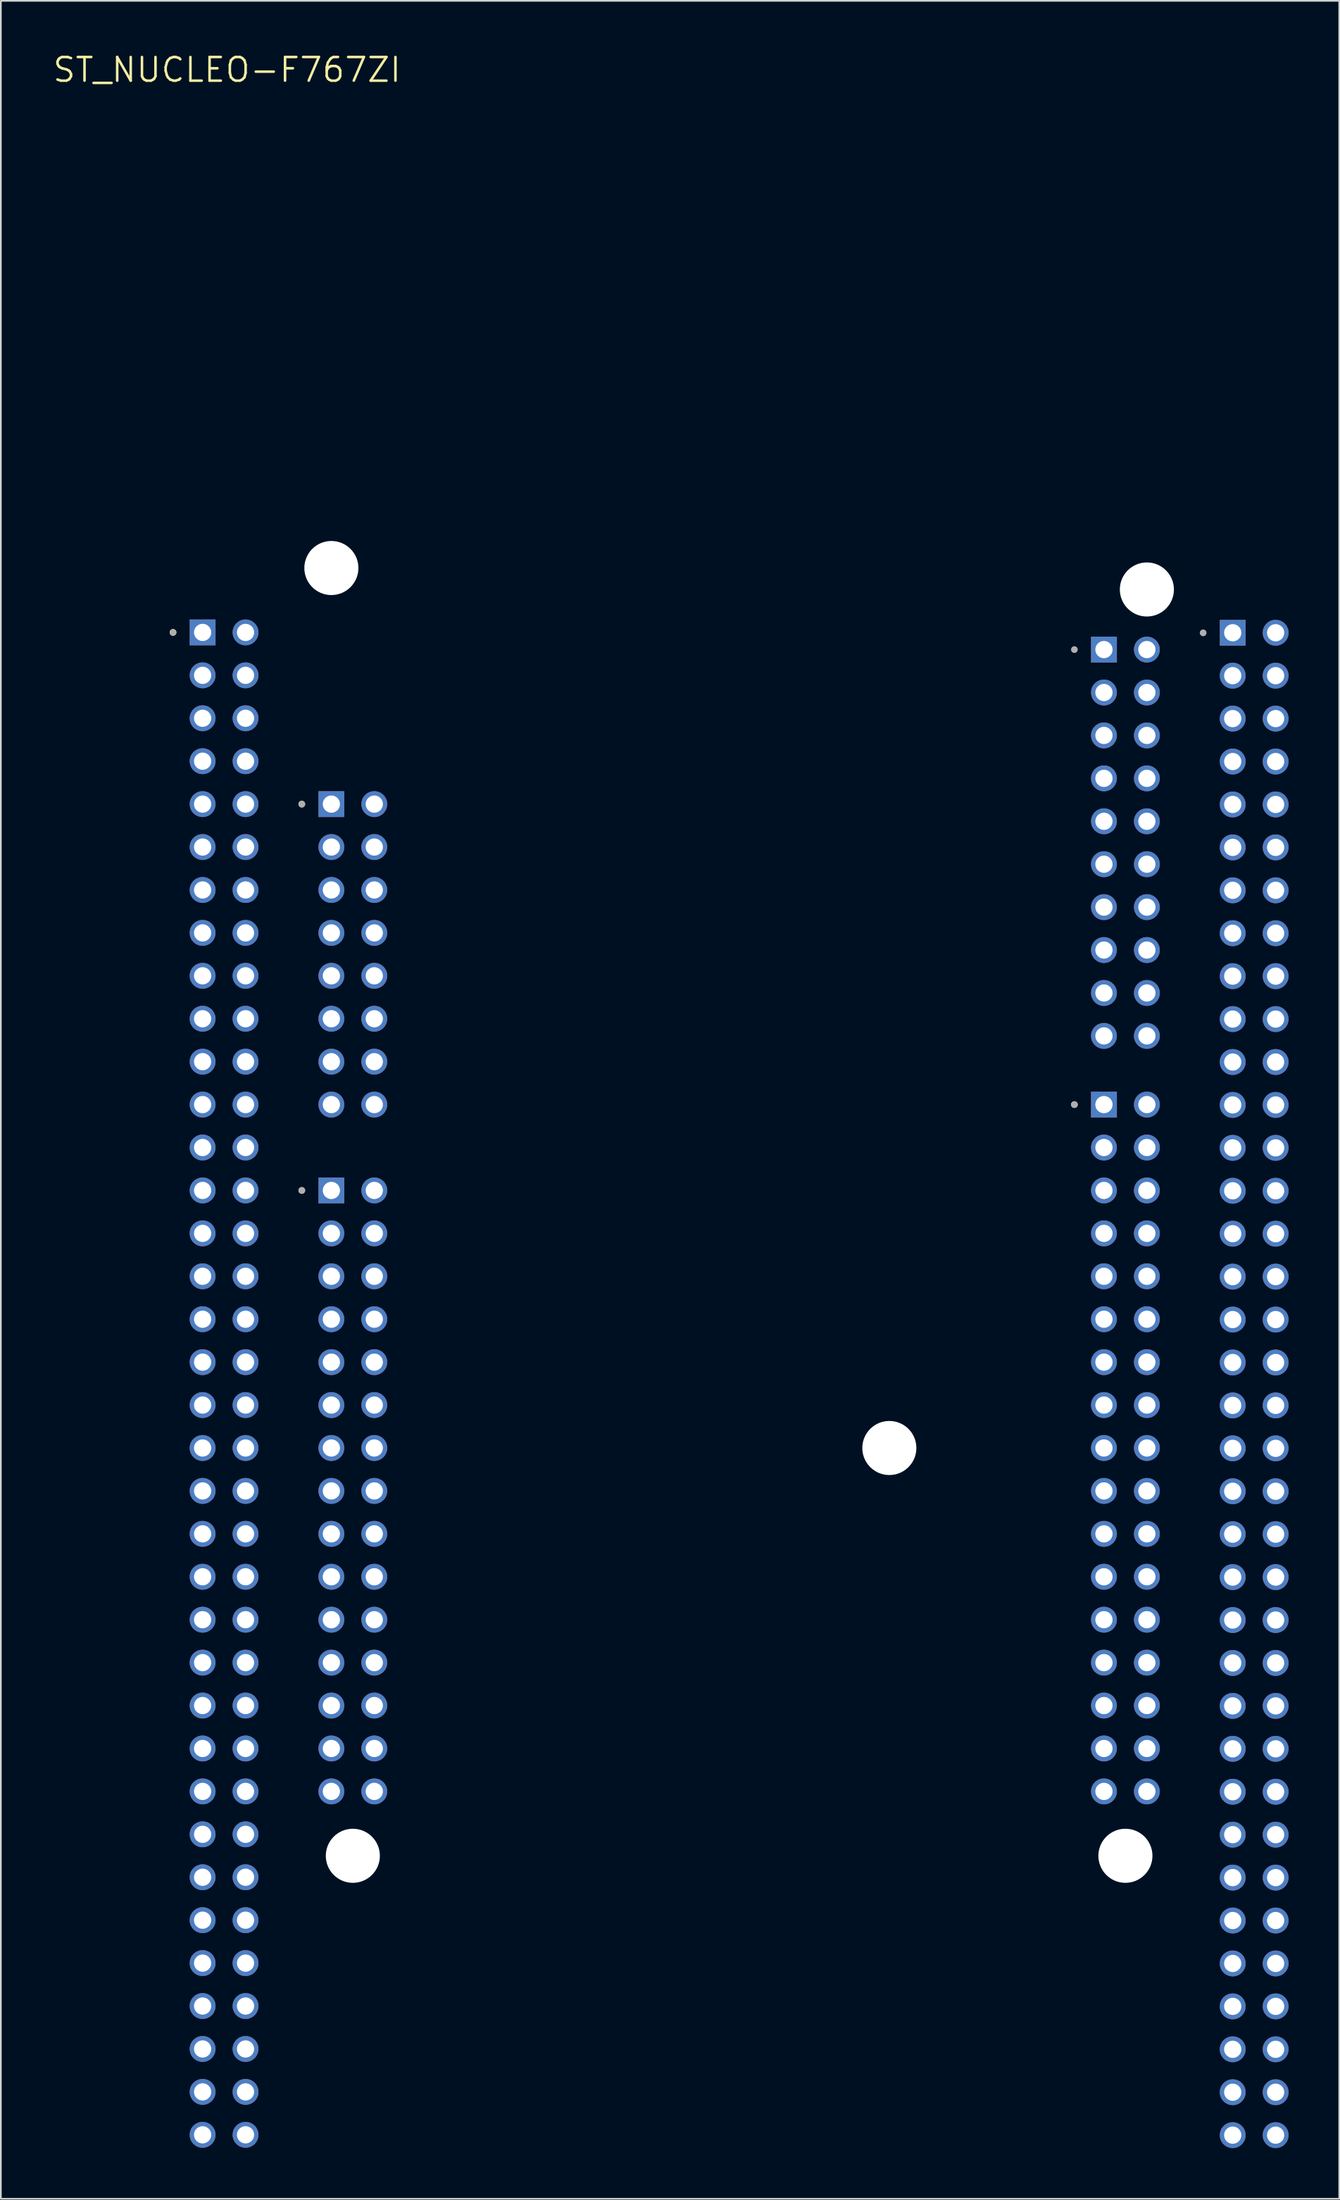
<source format=kicad_pcb>
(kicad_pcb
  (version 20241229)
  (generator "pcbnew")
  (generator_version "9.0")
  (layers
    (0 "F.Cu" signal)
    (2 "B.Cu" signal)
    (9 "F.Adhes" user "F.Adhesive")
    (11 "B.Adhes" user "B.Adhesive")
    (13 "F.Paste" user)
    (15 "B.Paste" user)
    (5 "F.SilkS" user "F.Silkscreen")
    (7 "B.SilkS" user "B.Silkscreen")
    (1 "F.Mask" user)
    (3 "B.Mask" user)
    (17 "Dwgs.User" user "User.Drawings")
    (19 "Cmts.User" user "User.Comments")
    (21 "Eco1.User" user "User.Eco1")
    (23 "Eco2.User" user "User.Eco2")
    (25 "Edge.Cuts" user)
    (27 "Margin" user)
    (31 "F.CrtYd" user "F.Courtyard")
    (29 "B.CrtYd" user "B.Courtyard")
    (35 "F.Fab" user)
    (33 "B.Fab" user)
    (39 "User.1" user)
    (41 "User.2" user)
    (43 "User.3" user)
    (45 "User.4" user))
  (footprint "ST_NUCLEO-F767ZI"
    (layer "F.Cu")
    (at 40.69 69.301)
    (property "Reference" "ST_NUCLEO-F767ZI" (at -30.305 -68.219 0) (layer "F.SilkS") (effects (font (size 1.4 1.4) (thickness 0.15))))
    (attr through_hole)
    (fp_circle (center -33.5 -34.93) (end -33.4 -34.93) (stroke (width 0.2) (type solid)) (fill no) (layer "F.SilkS"))
    (fp_circle (center -25.88 -24.77) (end -25.78 -24.77) (stroke (width 0.2) (type solid)) (fill no) (layer "F.SilkS"))
    (fp_circle (center -25.88 -1.91) (end -25.78 -1.91) (stroke (width 0.2) (type solid)) (fill no) (layer "F.SilkS"))
    (fp_circle (center 19.84 -6.99) (end 19.94 -6.99) (stroke (width 0.2) (type solid)) (fill no) (layer "F.SilkS"))
    (fp_circle (center -33.5 -34.93) (end -33.4 -34.93) (stroke (width 0.2) (type solid)) (fill no) (layer "F.Fab"))
    (fp_circle (center -25.88 -24.77) (end -25.78 -24.77) (stroke (width 0.2) (type solid)) (fill no) (layer "F.Fab"))
    (fp_circle (center -25.88 -1.91) (end -25.78 -1.91) (stroke (width 0.2) (type solid)) (fill no) (layer "F.Fab"))
    (fp_circle (center 19.84 -33.914) (end 19.94 -33.914) (stroke (width 0.2) (type solid)) (fill no) (layer "F.Fab"))
    (fp_circle (center 19.84 -6.99) (end 19.94 -6.99) (stroke (width 0.2) (type solid)) (fill no) (layer "F.Fab"))
    (fp_circle (center 27.46 -34.905) (end 27.56 -34.905) (stroke (width 0.2) (type solid)) (fill no) (layer "F.Fab"))
    (fp_circle (center 19.84 -33.914) (end 19.94 -33.914) (stroke (width 0.2) (type solid)) (fill no) (layer "User.9"))
    (fp_circle (center 27.46 -34.905) (end 27.56 -34.905) (stroke (width 0.2) (type solid)) (fill no) (layer "User.9"))
    (pad "" np_thru_hole circle (at -24.13 -38.74) (size 3.2 3.2) (drill 3.2) (layers "*.Cu" "*.Mask"))
    (pad "" np_thru_hole circle (at -22.86 37.46) (size 3.2 3.2) (drill 3.2) (layers "*.Cu" "*.Mask"))
    (pad "" np_thru_hole circle (at 8.89 13.33) (size 3.2 3.2) (drill 3.2) (layers "*.Cu" "*.Mask"))
    (pad "" np_thru_hole circle (at 22.86 37.46) (size 3.2 3.2) (drill 3.2) (layers "*.Cu" "*.Mask"))
    (pad "" np_thru_hole circle (at 24.13 -37.47) (size 3.2 3.2) (drill 3.2) (layers "*.Cu" "*.Mask"))
    (pad "CN7_1" thru_hole rect (at 21.59 -33.914) (size 1.53 1.53) (drill 1.02) (layers "*.Cu" "*.Mask"))
    (pad "CN7_2" thru_hole circle (at 24.13 -33.914) (size 1.53 1.53) (drill 1.02) (layers "*.Cu" "*.Mask"))
    (pad "CN7_3" thru_hole circle (at 21.59 -31.374) (size 1.53 1.53) (drill 1.02) (layers "*.Cu" "*.Mask"))
    (pad "CN7_4" thru_hole circle (at 24.13 -31.374) (size 1.53 1.53) (drill 1.02) (layers "*.Cu" "*.Mask"))
    (pad "CN7_5" thru_hole circle (at 21.59 -28.834) (size 1.53 1.53) (drill 1.02) (layers "*.Cu" "*.Mask"))
    (pad "CN7_6" thru_hole circle (at 24.13 -28.834) (size 1.53 1.53) (drill 1.02) (layers "*.Cu" "*.Mask"))
    (pad "CN7_7" thru_hole circle (at 21.59 -26.294) (size 1.53 1.53) (drill 1.02) (layers "*.Cu" "*.Mask"))
    (pad "CN7_8" thru_hole circle (at 24.13 -26.294) (size 1.53 1.53) (drill 1.02) (layers "*.Cu" "*.Mask"))
    (pad "CN7_9" thru_hole circle (at 21.59 -23.754) (size 1.53 1.53) (drill 1.02) (layers "*.Cu" "*.Mask"))
    (pad "CN7_10" thru_hole circle (at 24.13 -23.754) (size 1.53 1.53) (drill 1.02) (layers "*.Cu" "*.Mask"))
    (pad "CN7_11" thru_hole circle (at 21.59 -21.214) (size 1.53 1.53) (drill 1.02) (layers "*.Cu" "*.Mask"))
    (pad "CN7_12" thru_hole circle (at 24.13 -21.214) (size 1.53 1.53) (drill 1.02) (layers "*.Cu" "*.Mask"))
    (pad "CN7_13" thru_hole circle (at 21.59 -18.674) (size 1.53 1.53) (drill 1.02) (layers "*.Cu" "*.Mask"))
    (pad "CN7_14" thru_hole circle (at 24.13 -18.674) (size 1.53 1.53) (drill 1.02) (layers "*.Cu" "*.Mask"))
    (pad "CN7_15" thru_hole circle (at 21.59 -16.134) (size 1.53 1.53) (drill 1.02) (layers "*.Cu" "*.Mask"))
    (pad "CN7_16" thru_hole circle (at 24.13 -16.134) (size 1.53 1.53) (drill 1.02) (layers "*.Cu" "*.Mask"))
    (pad "CN7_17" thru_hole circle (at 21.59 -13.594) (size 1.53 1.53) (drill 1.02) (layers "*.Cu" "*.Mask"))
    (pad "CN7_18" thru_hole circle (at 24.13 -13.594) (size 1.53 1.53) (drill 1.02) (layers "*.Cu" "*.Mask"))
    (pad "CN7_19" thru_hole circle (at 21.59 -11.054) (size 1.53 1.53) (drill 1.02) (layers "*.Cu" "*.Mask"))
    (pad "CN7_20" thru_hole circle (at 24.13 -11.054) (size 1.53 1.53) (drill 1.02) (layers "*.Cu" "*.Mask"))
    (pad "CN8_1" thru_hole rect (at -24.13 -24.77) (size 1.53 1.53) (drill 1.02) (layers "*.Cu" "*.Mask"))
    (pad "CN8_2" thru_hole circle (at -21.59 -24.77) (size 1.53 1.53) (drill 1.02) (layers "*.Cu" "*.Mask"))
    (pad "CN8_3" thru_hole circle (at -24.13 -22.23) (size 1.53 1.53) (drill 1.02) (layers "*.Cu" "*.Mask"))
    (pad "CN8_4" thru_hole circle (at -21.59 -22.23) (size 1.53 1.53) (drill 1.02) (layers "*.Cu" "*.Mask"))
    (pad "CN8_5" thru_hole circle (at -24.13 -19.69) (size 1.53 1.53) (drill 1.02) (layers "*.Cu" "*.Mask"))
    (pad "CN8_6" thru_hole circle (at -21.59 -19.69) (size 1.53 1.53) (drill 1.02) (layers "*.Cu" "*.Mask"))
    (pad "CN8_7" thru_hole circle (at -24.13 -17.15) (size 1.53 1.53) (drill 1.02) (layers "*.Cu" "*.Mask"))
    (pad "CN8_8" thru_hole circle (at -21.59 -17.15) (size 1.53 1.53) (drill 1.02) (layers "*.Cu" "*.Mask"))
    (pad "CN8_9" thru_hole circle (at -24.13 -14.61) (size 1.53 1.53) (drill 1.02) (layers "*.Cu" "*.Mask"))
    (pad "CN8_10" thru_hole circle (at -21.59 -14.61) (size 1.53 1.53) (drill 1.02) (layers "*.Cu" "*.Mask"))
    (pad "CN8_11" thru_hole circle (at -24.13 -12.07) (size 1.53 1.53) (drill 1.02) (layers "*.Cu" "*.Mask"))
    (pad "CN8_12" thru_hole circle (at -21.59 -12.07) (size 1.53 1.53) (drill 1.02) (layers "*.Cu" "*.Mask"))
    (pad "CN8_13" thru_hole circle (at -24.13 -9.53) (size 1.53 1.53) (drill 1.02) (layers "*.Cu" "*.Mask"))
    (pad "CN8_14" thru_hole circle (at -21.59 -9.53) (size 1.53 1.53) (drill 1.02) (layers "*.Cu" "*.Mask"))
    (pad "CN8_15" thru_hole circle (at -24.13 -6.99) (size 1.53 1.53) (drill 1.02) (layers "*.Cu" "*.Mask"))
    (pad "CN8_16" thru_hole circle (at -21.59 -6.99) (size 1.53 1.53) (drill 1.02) (layers "*.Cu" "*.Mask"))
    (pad "CN9_1" thru_hole rect (at -24.13 -1.91) (size 1.53 1.53) (drill 1.02) (layers "*.Cu" "*.Mask"))
    (pad "CN9_2" thru_hole circle (at -21.59 -1.91) (size 1.53 1.53) (drill 1.02) (layers "*.Cu" "*.Mask"))
    (pad "CN9_3" thru_hole circle (at -24.13 0.63) (size 1.53 1.53) (drill 1.02) (layers "*.Cu" "*.Mask"))
    (pad "CN9_4" thru_hole circle (at -21.59 0.63) (size 1.53 1.53) (drill 1.02) (layers "*.Cu" "*.Mask"))
    (pad "CN9_5" thru_hole circle (at -24.13 3.17) (size 1.53 1.53) (drill 1.02) (layers "*.Cu" "*.Mask"))
    (pad "CN9_6" thru_hole circle (at -21.59 3.17) (size 1.53 1.53) (drill 1.02) (layers "*.Cu" "*.Mask"))
    (pad "CN9_7" thru_hole circle (at -24.13 5.71) (size 1.53 1.53) (drill 1.02) (layers "*.Cu" "*.Mask"))
    (pad "CN9_8" thru_hole circle (at -21.59 5.71) (size 1.53 1.53) (drill 1.02) (layers "*.Cu" "*.Mask"))
    (pad "CN9_9" thru_hole circle (at -24.13 8.25) (size 1.53 1.53) (drill 1.02) (layers "*.Cu" "*.Mask"))
    (pad "CN9_10" thru_hole circle (at -21.59 8.25) (size 1.53 1.53) (drill 1.02) (layers "*.Cu" "*.Mask"))
    (pad "CN9_11" thru_hole circle (at -24.13 10.79) (size 1.53 1.53) (drill 1.02) (layers "*.Cu" "*.Mask"))
    (pad "CN9_12" thru_hole circle (at -21.59 10.79) (size 1.53 1.53) (drill 1.02) (layers "*.Cu" "*.Mask"))
    (pad "CN9_13" thru_hole circle (at -24.13 13.33) (size 1.53 1.53) (drill 1.02) (layers "*.Cu" "*.Mask"))
    (pad "CN9_14" thru_hole circle (at -21.59 13.33) (size 1.53 1.53) (drill 1.02) (layers "*.Cu" "*.Mask"))
    (pad "CN9_15" thru_hole circle (at -24.13 15.87) (size 1.53 1.53) (drill 1.02) (layers "*.Cu" "*.Mask"))
    (pad "CN9_16" thru_hole circle (at -21.59 15.87) (size 1.53 1.53) (drill 1.02) (layers "*.Cu" "*.Mask"))
    (pad "CN9_17" thru_hole circle (at -24.13 18.41) (size 1.53 1.53) (drill 1.02) (layers "*.Cu" "*.Mask"))
    (pad "CN9_18" thru_hole circle (at -21.59 18.41) (size 1.53 1.53) (drill 1.02) (layers "*.Cu" "*.Mask"))
    (pad "CN9_19" thru_hole circle (at -24.13 20.95) (size 1.53 1.53) (drill 1.02) (layers "*.Cu" "*.Mask"))
    (pad "CN9_20" thru_hole circle (at -21.59 20.95) (size 1.53 1.53) (drill 1.02) (layers "*.Cu" "*.Mask"))
    (pad "CN9_21" thru_hole circle (at -24.13 23.49) (size 1.53 1.53) (drill 1.02) (layers "*.Cu" "*.Mask"))
    (pad "CN9_22" thru_hole circle (at -21.59 23.49) (size 1.53 1.53) (drill 1.02) (layers "*.Cu" "*.Mask"))
    (pad "CN9_23" thru_hole circle (at -24.13 26.03) (size 1.53 1.53) (drill 1.02) (layers "*.Cu" "*.Mask"))
    (pad "CN9_24" thru_hole circle (at -21.59 26.03) (size 1.53 1.53) (drill 1.02) (layers "*.Cu" "*.Mask"))
    (pad "CN9_25" thru_hole circle (at -24.13 28.57) (size 1.53 1.53) (drill 1.02) (layers "*.Cu" "*.Mask"))
    (pad "CN9_26" thru_hole circle (at -21.59 28.57) (size 1.53 1.53) (drill 1.02) (layers "*.Cu" "*.Mask"))
    (pad "CN9_27" thru_hole circle (at -24.13 31.11) (size 1.53 1.53) (drill 1.02) (layers "*.Cu" "*.Mask"))
    (pad "CN9_28" thru_hole circle (at -21.59 31.11) (size 1.53 1.53) (drill 1.02) (layers "*.Cu" "*.Mask"))
    (pad "CN9_29" thru_hole circle (at -24.13 33.65) (size 1.53 1.53) (drill 1.02) (layers "*.Cu" "*.Mask"))
    (pad "CN9_30" thru_hole circle (at -21.59 33.65) (size 1.53 1.53) (drill 1.02) (layers "*.Cu" "*.Mask"))
    (pad "CN10_1" thru_hole rect (at 21.59 -6.99) (size 1.53 1.53) (drill 1.02) (layers "*.Cu" "*.Mask"))
    (pad "CN10_2" thru_hole circle (at 24.13 -6.99) (size 1.53 1.53) (drill 1.02) (layers "*.Cu" "*.Mask"))
    (pad "CN10_3" thru_hole circle (at 21.59 -4.45) (size 1.53 1.53) (drill 1.02) (layers "*.Cu" "*.Mask"))
    (pad "CN10_4" thru_hole circle (at 24.13 -4.45) (size 1.53 1.53) (drill 1.02) (layers "*.Cu" "*.Mask"))
    (pad "CN10_5" thru_hole circle (at 21.59 -1.91) (size 1.53 1.53) (drill 1.02) (layers "*.Cu" "*.Mask"))
    (pad "CN10_6" thru_hole circle (at 24.13 -1.91) (size 1.53 1.53) (drill 1.02) (layers "*.Cu" "*.Mask"))
    (pad "CN10_7" thru_hole circle (at 21.59 0.63) (size 1.53 1.53) (drill 1.02) (layers "*.Cu" "*.Mask"))
    (pad "CN10_8" thru_hole circle (at 24.13 0.63) (size 1.53 1.53) (drill 1.02) (layers "*.Cu" "*.Mask"))
    (pad "CN10_9" thru_hole circle (at 21.59 3.17) (size 1.53 1.53) (drill 1.02) (layers "*.Cu" "*.Mask"))
    (pad "CN10_10" thru_hole circle (at 24.13 3.17) (size 1.53 1.53) (drill 1.02) (layers "*.Cu" "*.Mask"))
    (pad "CN10_11" thru_hole circle (at 21.59 5.71) (size 1.53 1.53) (drill 1.02) (layers "*.Cu" "*.Mask"))
    (pad "CN10_12" thru_hole circle (at 24.13 5.71) (size 1.53 1.53) (drill 1.02) (layers "*.Cu" "*.Mask"))
    (pad "CN10_13" thru_hole circle (at 21.59 8.25) (size 1.53 1.53) (drill 1.02) (layers "*.Cu" "*.Mask"))
    (pad "CN10_14" thru_hole circle (at 24.13 8.25) (size 1.53 1.53) (drill 1.02) (layers "*.Cu" "*.Mask"))
    (pad "CN10_15" thru_hole circle (at 21.59 10.79) (size 1.53 1.53) (drill 1.02) (layers "*.Cu" "*.Mask"))
    (pad "CN10_16" thru_hole circle (at 24.13 10.79) (size 1.53 1.53) (drill 1.02) (layers "*.Cu" "*.Mask"))
    (pad "CN10_17" thru_hole circle (at 21.59 13.33) (size 1.53 1.53) (drill 1.02) (layers "*.Cu" "*.Mask"))
    (pad "CN10_18" thru_hole circle (at 24.13 13.33) (size 1.53 1.53) (drill 1.02) (layers "*.Cu" "*.Mask"))
    (pad "CN10_19" thru_hole circle (at 21.59 15.87) (size 1.53 1.53) (drill 1.02) (layers "*.Cu" "*.Mask"))
    (pad "CN10_20" thru_hole circle (at 24.13 15.87) (size 1.53 1.53) (drill 1.02) (layers "*.Cu" "*.Mask"))
    (pad "CN10_21" thru_hole circle (at 21.59 18.41) (size 1.53 1.53) (drill 1.02) (layers "*.Cu" "*.Mask"))
    (pad "CN10_22" thru_hole circle (at 24.13 18.41) (size 1.53 1.53) (drill 1.02) (layers "*.Cu" "*.Mask"))
    (pad "CN10_23" thru_hole circle (at 21.59 20.95) (size 1.53 1.53) (drill 1.02) (layers "*.Cu" "*.Mask"))
    (pad "CN10_24" thru_hole circle (at 24.13 20.95) (size 1.53 1.53) (drill 1.02) (layers "*.Cu" "*.Mask"))
    (pad "CN10_25" thru_hole circle (at 21.59 23.49) (size 1.53 1.53) (drill 1.02) (layers "*.Cu" "*.Mask"))
    (pad "CN10_26" thru_hole circle (at 24.13 23.49) (size 1.53 1.53) (drill 1.02) (layers "*.Cu" "*.Mask"))
    (pad "CN10_27" thru_hole circle (at 21.59 26.03) (size 1.53 1.53) (drill 1.02) (layers "*.Cu" "*.Mask"))
    (pad "CN10_28" thru_hole circle (at 24.13 26.03) (size 1.53 1.53) (drill 1.02) (layers "*.Cu" "*.Mask"))
    (pad "CN10_29" thru_hole circle (at 21.59 28.57) (size 1.53 1.53) (drill 1.02) (layers "*.Cu" "*.Mask"))
    (pad "CN10_30" thru_hole circle (at 24.13 28.57) (size 1.53 1.53) (drill 1.02) (layers "*.Cu" "*.Mask"))
    (pad "CN10_31" thru_hole circle (at 21.59 31.11) (size 1.53 1.53) (drill 1.02) (layers "*.Cu" "*.Mask"))
    (pad "CN10_32" thru_hole circle (at 24.13 31.11) (size 1.53 1.53) (drill 1.02) (layers "*.Cu" "*.Mask"))
    (pad "CN10_33" thru_hole circle (at 21.59 33.65) (size 1.53 1.53) (drill 1.02) (layers "*.Cu" "*.Mask"))
    (pad "CN10_34" thru_hole circle (at 24.13 33.65) (size 1.53 1.53) (drill 1.02) (layers "*.Cu" "*.Mask"))
    (pad "CN11_1" thru_hole rect (at -31.75 -34.93) (size 1.53 1.53) (drill 1.02) (layers "*.Cu" "*.Mask"))
    (pad "CN11_2" thru_hole circle (at -29.21 -34.93) (size 1.53 1.53) (drill 1.02) (layers "*.Cu" "*.Mask"))
    (pad "CN11_3" thru_hole circle (at -31.75 -32.39) (size 1.53 1.53) (drill 1.02) (layers "*.Cu" "*.Mask"))
    (pad "CN11_4" thru_hole circle (at -29.21 -32.39) (size 1.53 1.53) (drill 1.02) (layers "*.Cu" "*.Mask"))
    (pad "CN11_5" thru_hole circle (at -31.75 -29.85) (size 1.53 1.53) (drill 1.02) (layers "*.Cu" "*.Mask"))
    (pad "CN11_6" thru_hole circle (at -29.21 -29.85) (size 1.53 1.53) (drill 1.02) (layers "*.Cu" "*.Mask"))
    (pad "CN11_7" thru_hole circle (at -31.75 -27.31) (size 1.53 1.53) (drill 1.02) (layers "*.Cu" "*.Mask"))
    (pad "CN11_8" thru_hole circle (at -29.21 -27.31) (size 1.53 1.53) (drill 1.02) (layers "*.Cu" "*.Mask"))
    (pad "CN11_9" thru_hole circle (at -31.75 -24.77) (size 1.53 1.53) (drill 1.02) (layers "*.Cu" "*.Mask"))
    (pad "CN11_10" thru_hole circle (at -29.21 -24.77) (size 1.53 1.53) (drill 1.02) (layers "*.Cu" "*.Mask"))
    (pad "CN11_11" thru_hole circle (at -31.75 -22.23) (size 1.53 1.53) (drill 1.02) (layers "*.Cu" "*.Mask"))
    (pad "CN11_12" thru_hole circle (at -29.21 -22.23) (size 1.53 1.53) (drill 1.02) (layers "*.Cu" "*.Mask"))
    (pad "CN11_13" thru_hole circle (at -31.75 -19.69) (size 1.53 1.53) (drill 1.02) (layers "*.Cu" "*.Mask"))
    (pad "CN11_14" thru_hole circle (at -29.21 -19.69) (size 1.53 1.53) (drill 1.02) (layers "*.Cu" "*.Mask"))
    (pad "CN11_15" thru_hole circle (at -31.75 -17.15) (size 1.53 1.53) (drill 1.02) (layers "*.Cu" "*.Mask"))
    (pad "CN11_16" thru_hole circle (at -29.21 -17.15) (size 1.53 1.53) (drill 1.02) (layers "*.Cu" "*.Mask"))
    (pad "CN11_17" thru_hole circle (at -31.75 -14.61) (size 1.53 1.53) (drill 1.02) (layers "*.Cu" "*.Mask"))
    (pad "CN11_18" thru_hole circle (at -29.21 -14.61) (size 1.53 1.53) (drill 1.02) (layers "*.Cu" "*.Mask"))
    (pad "CN11_19" thru_hole circle (at -31.75 -12.07) (size 1.53 1.53) (drill 1.02) (layers "*.Cu" "*.Mask"))
    (pad "CN11_20" thru_hole circle (at -29.21 -12.07) (size 1.53 1.53) (drill 1.02) (layers "*.Cu" "*.Mask"))
    (pad "CN11_21" thru_hole circle (at -31.75 -9.53) (size 1.53 1.53) (drill 1.02) (layers "*.Cu" "*.Mask"))
    (pad "CN11_22" thru_hole circle (at -29.21 -9.53) (size 1.53 1.53) (drill 1.02) (layers "*.Cu" "*.Mask"))
    (pad "CN11_23" thru_hole circle (at -31.75 -6.99) (size 1.53 1.53) (drill 1.02) (layers "*.Cu" "*.Mask"))
    (pad "CN11_24" thru_hole circle (at -29.21 -6.99) (size 1.53 1.53) (drill 1.02) (layers "*.Cu" "*.Mask"))
    (pad "CN11_25" thru_hole circle (at -31.75 -4.45) (size 1.53 1.53) (drill 1.02) (layers "*.Cu" "*.Mask"))
    (pad "CN11_26" thru_hole circle (at -29.21 -4.45) (size 1.53 1.53) (drill 1.02) (layers "*.Cu" "*.Mask"))
    (pad "CN11_27" thru_hole circle (at -31.75 -1.91) (size 1.53 1.53) (drill 1.02) (layers "*.Cu" "*.Mask"))
    (pad "CN11_28" thru_hole circle (at -29.21 -1.91) (size 1.53 1.53) (drill 1.02) (layers "*.Cu" "*.Mask"))
    (pad "CN11_29" thru_hole circle (at -31.75 0.63) (size 1.53 1.53) (drill 1.02) (layers "*.Cu" "*.Mask"))
    (pad "CN11_30" thru_hole circle (at -29.21 0.63) (size 1.53 1.53) (drill 1.02) (layers "*.Cu" "*.Mask"))
    (pad "CN11_31" thru_hole circle (at -31.75 3.17) (size 1.53 1.53) (drill 1.02) (layers "*.Cu" "*.Mask"))
    (pad "CN11_32" thru_hole circle (at -29.21 3.17) (size 1.53 1.53) (drill 1.02) (layers "*.Cu" "*.Mask"))
    (pad "CN11_33" thru_hole circle (at -31.75 5.71) (size 1.53 1.53) (drill 1.02) (layers "*.Cu" "*.Mask"))
    (pad "CN11_34" thru_hole circle (at -29.21 5.71) (size 1.53 1.53) (drill 1.02) (layers "*.Cu" "*.Mask"))
    (pad "CN11_35" thru_hole circle (at -31.75 8.25) (size 1.53 1.53) (drill 1.02) (layers "*.Cu" "*.Mask"))
    (pad "CN11_36" thru_hole circle (at -29.21 8.25) (size 1.53 1.53) (drill 1.02) (layers "*.Cu" "*.Mask"))
    (pad "CN11_37" thru_hole circle (at -31.75 10.79) (size 1.53 1.53) (drill 1.02) (layers "*.Cu" "*.Mask"))
    (pad "CN11_38" thru_hole circle (at -29.21 10.79) (size 1.53 1.53) (drill 1.02) (layers "*.Cu" "*.Mask"))
    (pad "CN11_39" thru_hole circle (at -31.75 13.33) (size 1.53 1.53) (drill 1.02) (layers "*.Cu" "*.Mask"))
    (pad "CN11_40" thru_hole circle (at -29.21 13.33) (size 1.53 1.53) (drill 1.02) (layers "*.Cu" "*.Mask"))
    (pad "CN11_41" thru_hole circle (at -31.75 15.87) (size 1.53 1.53) (drill 1.02) (layers "*.Cu" "*.Mask"))
    (pad "CN11_42" thru_hole circle (at -29.21 15.87) (size 1.53 1.53) (drill 1.02) (layers "*.Cu" "*.Mask"))
    (pad "CN11_43" thru_hole circle (at -31.75 18.41) (size 1.53 1.53) (drill 1.02) (layers "*.Cu" "*.Mask"))
    (pad "CN11_44" thru_hole circle (at -29.21 18.41) (size 1.53 1.53) (drill 1.02) (layers "*.Cu" "*.Mask"))
    (pad "CN11_45" thru_hole circle (at -31.75 20.95) (size 1.53 1.53) (drill 1.02) (layers "*.Cu" "*.Mask"))
    (pad "CN11_46" thru_hole circle (at -29.21 20.95) (size 1.53 1.53) (drill 1.02) (layers "*.Cu" "*.Mask"))
    (pad "CN11_47" thru_hole circle (at -31.75 23.49) (size 1.53 1.53) (drill 1.02) (layers "*.Cu" "*.Mask"))
    (pad "CN11_48" thru_hole circle (at -29.21 23.49) (size 1.53 1.53) (drill 1.02) (layers "*.Cu" "*.Mask"))
    (pad "CN11_49" thru_hole circle (at -31.75 26.03) (size 1.53 1.53) (drill 1.02) (layers "*.Cu" "*.Mask"))
    (pad "CN11_50" thru_hole circle (at -29.21 26.03) (size 1.53 1.53) (drill 1.02) (layers "*.Cu" "*.Mask"))
    (pad "CN11_51" thru_hole circle (at -31.75 28.57) (size 1.53 1.53) (drill 1.02) (layers "*.Cu" "*.Mask"))
    (pad "CN11_52" thru_hole circle (at -29.21 28.57) (size 1.53 1.53) (drill 1.02) (layers "*.Cu" "*.Mask"))
    (pad "CN11_53" thru_hole circle (at -31.75 31.11) (size 1.53 1.53) (drill 1.02) (layers "*.Cu" "*.Mask"))
    (pad "CN11_54" thru_hole circle (at -29.21 31.11) (size 1.53 1.53) (drill 1.02) (layers "*.Cu" "*.Mask"))
    (pad "CN11_55" thru_hole circle (at -31.75 33.65) (size 1.53 1.53) (drill 1.02) (layers "*.Cu" "*.Mask"))
    (pad "CN11_56" thru_hole circle (at -29.21 33.65) (size 1.53 1.53) (drill 1.02) (layers "*.Cu" "*.Mask"))
    (pad "CN11_57" thru_hole circle (at -31.75 36.19) (size 1.53 1.53) (drill 1.02) (layers "*.Cu" "*.Mask"))
    (pad "CN11_58" thru_hole circle (at -29.21 36.19) (size 1.53 1.53) (drill 1.02) (layers "*.Cu" "*.Mask"))
    (pad "CN11_59" thru_hole circle (at -31.75 38.73) (size 1.53 1.53) (drill 1.02) (layers "*.Cu" "*.Mask"))
    (pad "CN11_60" thru_hole circle (at -29.21 38.73) (size 1.53 1.53) (drill 1.02) (layers "*.Cu" "*.Mask"))
    (pad "CN11_61" thru_hole circle (at -31.75 41.27) (size 1.53 1.53) (drill 1.02) (layers "*.Cu" "*.Mask"))
    (pad "CN11_62" thru_hole circle (at -29.21 41.27) (size 1.53 1.53) (drill 1.02) (layers "*.Cu" "*.Mask"))
    (pad "CN11_63" thru_hole circle (at -31.75 43.81) (size 1.53 1.53) (drill 1.02) (layers "*.Cu" "*.Mask"))
    (pad "CN11_64" thru_hole circle (at -29.21 43.81) (size 1.53 1.53) (drill 1.02) (layers "*.Cu" "*.Mask"))
    (pad "CN11_65" thru_hole circle (at -31.75 46.35) (size 1.53 1.53) (drill 1.02) (layers "*.Cu" "*.Mask"))
    (pad "CN11_66" thru_hole circle (at -29.21 46.35) (size 1.53 1.53) (drill 1.02) (layers "*.Cu" "*.Mask"))
    (pad "CN11_67" thru_hole circle (at -31.75 48.89) (size 1.53 1.53) (drill 1.02) (layers "*.Cu" "*.Mask"))
    (pad "CN11_68" thru_hole circle (at -29.21 48.89) (size 1.53 1.53) (drill 1.02) (layers "*.Cu" "*.Mask"))
    (pad "CN11_69" thru_hole circle (at -31.75 51.43) (size 1.53 1.53) (drill 1.02) (layers "*.Cu" "*.Mask"))
    (pad "CN11_70" thru_hole circle (at -29.21 51.43) (size 1.53 1.53) (drill 1.02) (layers "*.Cu" "*.Mask"))
    (pad "CN11_71" thru_hole circle (at -31.75 53.97) (size 1.53 1.53) (drill 1.02) (layers "*.Cu" "*.Mask"))
    (pad "CN11_72" thru_hole circle (at -29.21 53.97) (size 1.53 1.53) (drill 1.02) (layers "*.Cu" "*.Mask"))
    (pad "CN12_1" thru_hole rect (at 29.21 -34.91) (size 1.53 1.53) (drill 1.02) (layers "*.Cu" "*.Mask"))
    (pad "CN12_2" thru_hole circle (at 31.75 -34.91) (size 1.53 1.53) (drill 1.02) (layers "*.Cu" "*.Mask"))
    (pad "CN12_3" thru_hole circle (at 29.21 -32.37) (size 1.53 1.53) (drill 1.02) (layers "*.Cu" "*.Mask"))
    (pad "CN12_4" thru_hole circle (at 31.75 -32.37) (size 1.53 1.53) (drill 1.02) (layers "*.Cu" "*.Mask"))
    (pad "CN12_5" thru_hole circle (at 29.21 -29.83) (size 1.53 1.53) (drill 1.02) (layers "*.Cu" "*.Mask"))
    (pad "CN12_6" thru_hole circle (at 31.75 -29.83) (size 1.53 1.53) (drill 1.02) (layers "*.Cu" "*.Mask"))
    (pad "CN12_7" thru_hole circle (at 29.21 -27.29) (size 1.53 1.53) (drill 1.02) (layers "*.Cu" "*.Mask"))
    (pad "CN12_8" thru_hole circle (at 31.75 -27.29) (size 1.53 1.53) (drill 1.02) (layers "*.Cu" "*.Mask"))
    (pad "CN12_9" thru_hole circle (at 29.21 -24.75) (size 1.53 1.53) (drill 1.02) (layers "*.Cu" "*.Mask"))
    (pad "CN12_10" thru_hole circle (at 31.75 -24.75) (size 1.53 1.53) (drill 1.02) (layers "*.Cu" "*.Mask"))
    (pad "CN12_11" thru_hole circle (at 29.21 -22.21) (size 1.53 1.53) (drill 1.02) (layers "*.Cu" "*.Mask"))
    (pad "CN12_12" thru_hole circle (at 31.75 -22.21) (size 1.53 1.53) (drill 1.02) (layers "*.Cu" "*.Mask"))
    (pad "CN12_13" thru_hole circle (at 29.21 -19.67) (size 1.53 1.53) (drill 1.02) (layers "*.Cu" "*.Mask"))
    (pad "CN12_14" thru_hole circle (at 31.75 -19.67) (size 1.53 1.53) (drill 1.02) (layers "*.Cu" "*.Mask"))
    (pad "CN12_15" thru_hole circle (at 29.21 -17.13) (size 1.53 1.53) (drill 1.02) (layers "*.Cu" "*.Mask"))
    (pad "CN12_16" thru_hole circle (at 31.75 -17.13) (size 1.53 1.53) (drill 1.02) (layers "*.Cu" "*.Mask"))
    (pad "CN12_17" thru_hole circle (at 29.21 -14.59) (size 1.53 1.53) (drill 1.02) (layers "*.Cu" "*.Mask"))
    (pad "CN12_18" thru_hole circle (at 31.75 -14.59) (size 1.53 1.53) (drill 1.02) (layers "*.Cu" "*.Mask"))
    (pad "CN12_19" thru_hole circle (at 29.21 -12.05) (size 1.53 1.53) (drill 1.02) (layers "*.Cu" "*.Mask"))
    (pad "CN12_20" thru_hole circle (at 31.75 -12.05) (size 1.53 1.53) (drill 1.02) (layers "*.Cu" "*.Mask"))
    (pad "CN12_21" thru_hole circle (at 29.21 -9.51) (size 1.53 1.53) (drill 1.02) (layers "*.Cu" "*.Mask"))
    (pad "CN12_22" thru_hole circle (at 31.75 -9.51) (size 1.53 1.53) (drill 1.02) (layers "*.Cu" "*.Mask"))
    (pad "CN12_23" thru_hole circle (at 29.21 -6.97) (size 1.53 1.53) (drill 1.02) (layers "*.Cu" "*.Mask"))
    (pad "CN12_24" thru_hole circle (at 31.75 -6.97) (size 1.53 1.53) (drill 1.02) (layers "*.Cu" "*.Mask"))
    (pad "CN12_25" thru_hole circle (at 29.21 -4.43) (size 1.53 1.53) (drill 1.02) (layers "*.Cu" "*.Mask"))
    (pad "CN12_26" thru_hole circle (at 31.75 -4.43) (size 1.53 1.53) (drill 1.02) (layers "*.Cu" "*.Mask"))
    (pad "CN12_27" thru_hole circle (at 29.21 -1.89) (size 1.53 1.53) (drill 1.02) (layers "*.Cu" "*.Mask"))
    (pad "CN12_28" thru_hole circle (at 31.75 -1.89) (size 1.53 1.53) (drill 1.02) (layers "*.Cu" "*.Mask"))
    (pad "CN12_29" thru_hole circle (at 29.21 0.65) (size 1.53 1.53) (drill 1.02) (layers "*.Cu" "*.Mask"))
    (pad "CN12_30" thru_hole circle (at 31.75 0.65) (size 1.53 1.53) (drill 1.02) (layers "*.Cu" "*.Mask"))
    (pad "CN12_31" thru_hole circle (at 29.21 3.19) (size 1.53 1.53) (drill 1.02) (layers "*.Cu" "*.Mask"))
    (pad "CN12_32" thru_hole circle (at 31.75 3.19) (size 1.53 1.53) (drill 1.02) (layers "*.Cu" "*.Mask"))
    (pad "CN12_33" thru_hole circle (at 29.21 5.73) (size 1.53 1.53) (drill 1.02) (layers "*.Cu" "*.Mask"))
    (pad "CN12_34" thru_hole circle (at 31.75 5.73) (size 1.53 1.53) (drill 1.02) (layers "*.Cu" "*.Mask"))
    (pad "CN12_35" thru_hole circle (at 29.21 8.27) (size 1.53 1.53) (drill 1.02) (layers "*.Cu" "*.Mask"))
    (pad "CN12_36" thru_hole circle (at 31.75 8.27) (size 1.53 1.53) (drill 1.02) (layers "*.Cu" "*.Mask"))
    (pad "CN12_37" thru_hole circle (at 29.21 10.81) (size 1.53 1.53) (drill 1.02) (layers "*.Cu" "*.Mask"))
    (pad "CN12_38" thru_hole circle (at 31.75 10.81) (size 1.53 1.53) (drill 1.02) (layers "*.Cu" "*.Mask"))
    (pad "CN12_39" thru_hole circle (at 29.21 13.35) (size 1.53 1.53) (drill 1.02) (layers "*.Cu" "*.Mask"))
    (pad "CN12_40" thru_hole circle (at 31.75 13.35) (size 1.53 1.53) (drill 1.02) (layers "*.Cu" "*.Mask"))
    (pad "CN12_41" thru_hole circle (at 29.21 15.89) (size 1.53 1.53) (drill 1.02) (layers "*.Cu" "*.Mask"))
    (pad "CN12_42" thru_hole circle (at 31.75 15.89) (size 1.53 1.53) (drill 1.02) (layers "*.Cu" "*.Mask"))
    (pad "CN12_43" thru_hole circle (at 29.21 18.43) (size 1.53 1.53) (drill 1.02) (layers "*.Cu" "*.Mask"))
    (pad "CN12_44" thru_hole circle (at 31.75 18.43) (size 1.53 1.53) (drill 1.02) (layers "*.Cu" "*.Mask"))
    (pad "CN12_45" thru_hole circle (at 29.21 20.97) (size 1.53 1.53) (drill 1.02) (layers "*.Cu" "*.Mask"))
    (pad "CN12_46" thru_hole circle (at 31.75 20.97) (size 1.53 1.53) (drill 1.02) (layers "*.Cu" "*.Mask"))
    (pad "CN12_47" thru_hole circle (at 29.21 23.51) (size 1.53 1.53) (drill 1.02) (layers "*.Cu" "*.Mask"))
    (pad "CN12_48" thru_hole circle (at 31.75 23.51) (size 1.53 1.53) (drill 1.02) (layers "*.Cu" "*.Mask"))
    (pad "CN12_49" thru_hole circle (at 29.21 26.05) (size 1.53 1.53) (drill 1.02) (layers "*.Cu" "*.Mask"))
    (pad "CN12_50" thru_hole circle (at 31.75 26.05) (size 1.53 1.53) (drill 1.02) (layers "*.Cu" "*.Mask"))
    (pad "CN12_51" thru_hole circle (at 29.21 28.59) (size 1.53 1.53) (drill 1.02) (layers "*.Cu" "*.Mask"))
    (pad "CN12_52" thru_hole circle (at 31.75 28.59) (size 1.53 1.53) (drill 1.02) (layers "*.Cu" "*.Mask"))
    (pad "CN12_53" thru_hole circle (at 29.21 31.13) (size 1.53 1.53) (drill 1.02) (layers "*.Cu" "*.Mask"))
    (pad "CN12_54" thru_hole circle (at 31.75 31.13) (size 1.53 1.53) (drill 1.02) (layers "*.Cu" "*.Mask"))
    (pad "CN12_55" thru_hole circle (at 29.21 33.67) (size 1.53 1.53) (drill 1.02) (layers "*.Cu" "*.Mask"))
    (pad "CN12_56" thru_hole circle (at 31.75 33.67) (size 1.53 1.53) (drill 1.02) (layers "*.Cu" "*.Mask"))
    (pad "CN12_57" thru_hole circle (at 29.21 36.21) (size 1.53 1.53) (drill 1.02) (layers "*.Cu" "*.Mask"))
    (pad "CN12_58" thru_hole circle (at 31.75 36.21) (size 1.53 1.53) (drill 1.02) (layers "*.Cu" "*.Mask"))
    (pad "CN12_59" thru_hole circle (at 29.21 38.75) (size 1.53 1.53) (drill 1.02) (layers "*.Cu" "*.Mask"))
    (pad "CN12_60" thru_hole circle (at 31.75 38.75) (size 1.53 1.53) (drill 1.02) (layers "*.Cu" "*.Mask"))
    (pad "CN12_61" thru_hole circle (at 29.21 41.29) (size 1.53 1.53) (drill 1.02) (layers "*.Cu" "*.Mask"))
    (pad "CN12_62" thru_hole circle (at 31.75 41.29) (size 1.53 1.53) (drill 1.02) (layers "*.Cu" "*.Mask"))
    (pad "CN12_63" thru_hole circle (at 29.21 43.83) (size 1.53 1.53) (drill 1.02) (layers "*.Cu" "*.Mask"))
    (pad "CN12_64" thru_hole circle (at 31.75 43.83) (size 1.53 1.53) (drill 1.02) (layers "*.Cu" "*.Mask"))
    (pad "CN12_65" thru_hole circle (at 29.21 46.37) (size 1.53 1.53) (drill 1.02) (layers "*.Cu" "*.Mask"))
    (pad "CN12_66" thru_hole circle (at 31.75 46.37) (size 1.53 1.53) (drill 1.02) (layers "*.Cu" "*.Mask"))
    (pad "CN12_67" thru_hole circle (at 29.21 48.91) (size 1.53 1.53) (drill 1.02) (layers "*.Cu" "*.Mask"))
    (pad "CN12_68" thru_hole circle (at 31.75 48.91) (size 1.53 1.53) (drill 1.02) (layers "*.Cu" "*.Mask"))
    (pad "CN12_69" thru_hole circle (at 29.21 51.45) (size 1.53 1.53) (drill 1.02) (layers "*.Cu" "*.Mask"))
    (pad "CN12_70" thru_hole circle (at 31.75 51.45) (size 1.53 1.53) (drill 1.02) (layers "*.Cu" "*.Mask"))
    (pad "CN12_71" thru_hole circle (at 29.21 53.99) (size 1.53 1.53) (drill 1.02) (layers "*.Cu" "*.Mask"))
    (pad "CN12_72" thru_hole circle (at 31.75 53.99) (size 1.53 1.53) (drill 1.02) (layers "*.Cu" "*.Mask")))
  (gr_rect
    (start -3 -3)
    (end 76.205 127.056)
    (stroke (width 0.1) (type default))
    (fill no)
    (layer "Edge.Cuts")))
</source>
